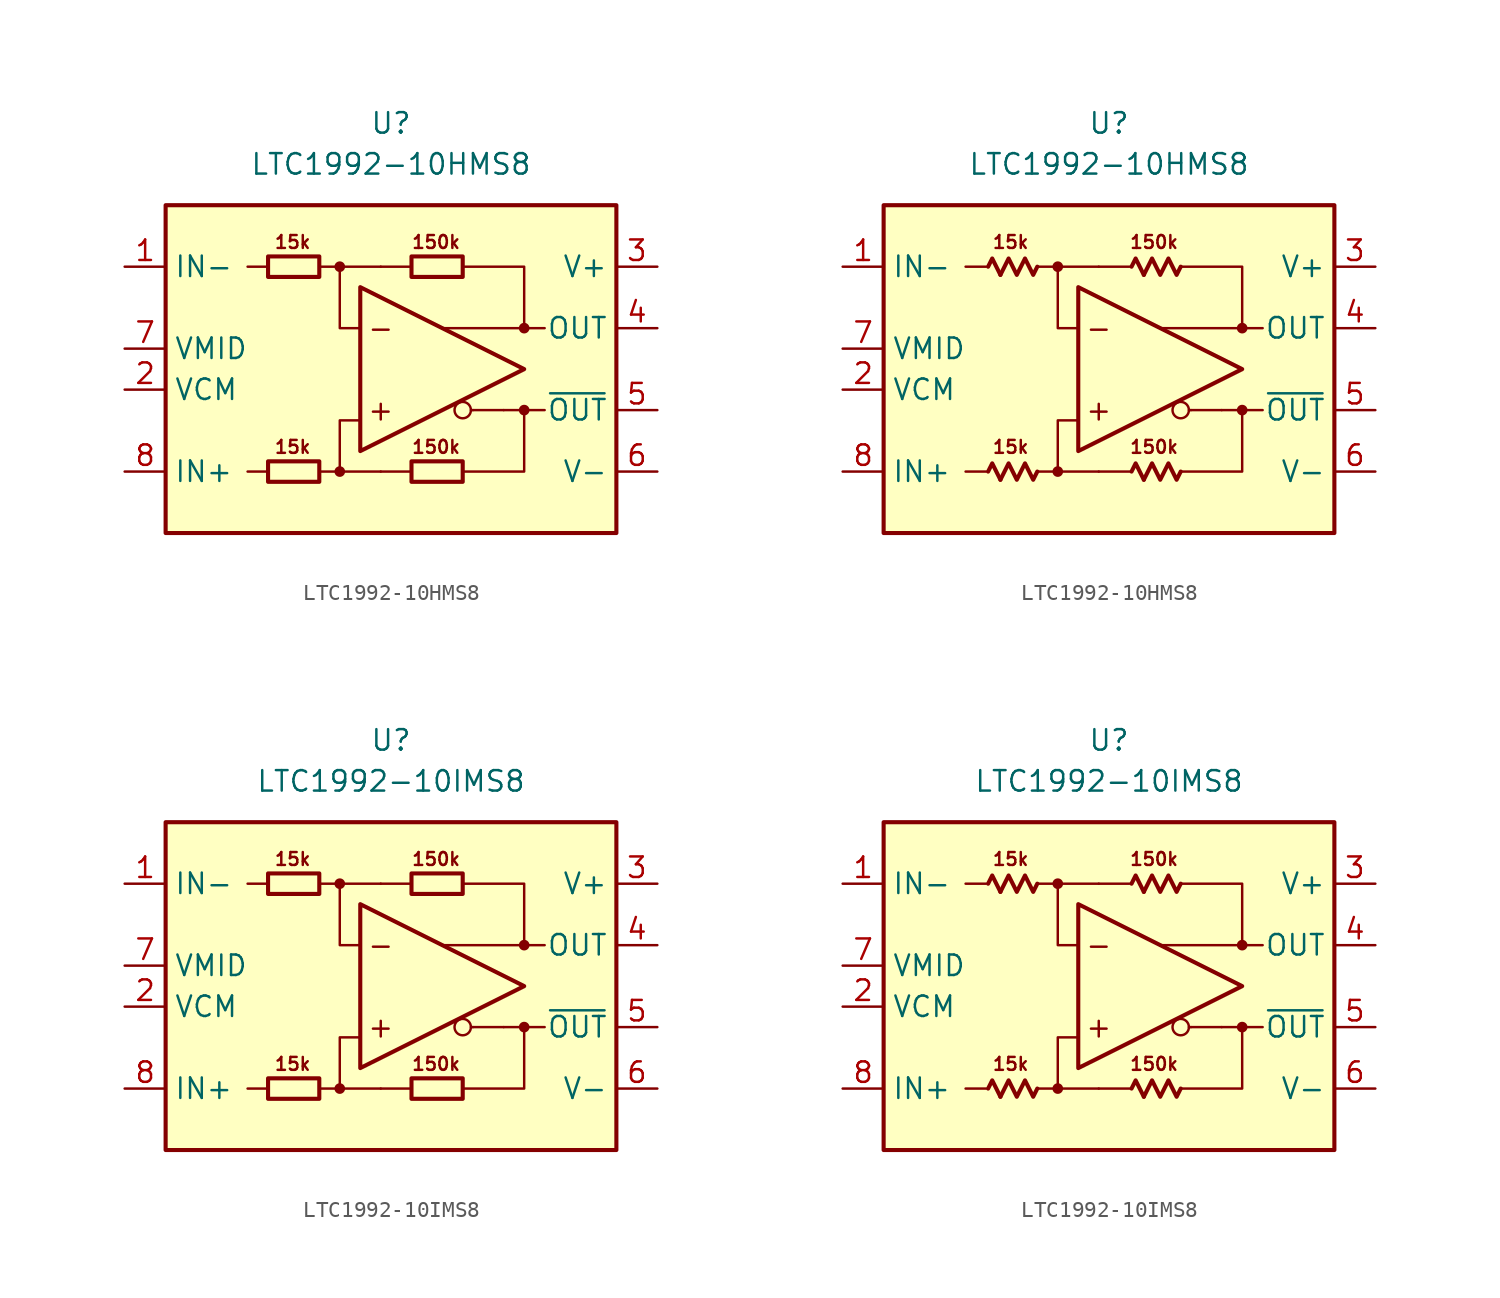
<source format=kicad_sym>
(kicad_symbol_lib
  (version 20231120)
  (generator "kicad_symbol_editor")
  (generator_version "8.0")
  (symbol "LTC1992-10HMS8"
    (property "Reference" "U"
      (at 0 15.24 0)
      (effects (font (size 1.27 1.27))))
    (property "Value" "LTC1992-10HMS8"
      (at 0 12.7 0)
      (effects (font (size 1.27 1.27))))
    (symbol "LTC1992-10HMS8_0_0"
      (rectangle (start -13.97 10.16) (end 13.97 -10.16) (stroke (width 0.254) (type default)) (fill (type background)))
      (circle (center -3.175 -6.35) (radius 0.254) (stroke (width 0.152) (type default)) (fill (type outline)))
      (circle (center -3.175 6.35) (radius 0.254) (stroke (width 0.152) (type default)) (fill (type outline)))
      (polyline (pts (xy -7.62 -6.35) (xy -8.89 -6.35)) (stroke (width 0.152) (type default)) (fill (type none)))
      (polyline (pts (xy -7.62 6.35) (xy -8.89 6.35)) (stroke (width 0.152) (type default)) (fill (type none)))
      (polyline (pts (xy -3.175 6.35) (xy -0.635 6.35)) (stroke (width 0.152) (type default)) (fill (type none)))
      (polyline (pts (xy -0.635 -6.35) (xy -3.175 -6.35)) (stroke (width 0.152) (type default)) (fill (type none)))
      (polyline (pts (xy 1.27 -6.35) (xy -0.635 -6.35)) (stroke (width 0.152) (type default)) (fill (type none)))
      (polyline (pts (xy 1.27 6.35) (xy -0.635 6.35)) (stroke (width 0.152) (type default)) (fill (type none)))
      (polyline (pts (xy 5.08 -2.54) (xy 4.953 -2.54)) (stroke (width 0.152) (type default)) (fill (type none)))
      (polyline (pts (xy 6.985 -2.54) (xy 5.08 -2.54)) (stroke (width 0.152) (type default)) (fill (type none)))
      (polyline (pts (xy 8.255 -2.54) (xy 9.525 -2.54)) (stroke (width 0.152) (type default)) (fill (type none)))
      (polyline (pts (xy 8.255 2.54) (xy 9.525 2.54)) (stroke (width 0.152) (type default)) (fill (type none)))
      (polyline (pts (xy -4.445 -6.35) (xy -3.175 -6.35) (xy -3.175 -3.175) (xy -1.905 -3.175)) (stroke (width 0.152) (type default)) (fill (type none)))
      (polyline (pts (xy -1.905 2.54) (xy -3.175 2.54) (xy -3.175 6.35) (xy -4.445 6.35)) (stroke (width 0.152) (type default)) (fill (type none)))
      (polyline (pts (xy 4.445 6.35) (xy 8.255 6.35) (xy 8.255 2.54) (xy 3.175 2.54)) (stroke (width 0.152) (type default)) (fill (type none)))
      (polyline (pts (xy 6.985 -2.54) (xy 8.255 -2.54) (xy 8.255 -6.35) (xy 4.445 -6.35)) (stroke (width 0.152) (type default)) (fill (type none)))
      (circle (center 4.445 -2.54) (radius 0.508) (stroke (width 0.152) (type default)) (fill (type none)))
      (circle (center 8.255 -2.54) (radius 0.254) (stroke (width 0.152) (type default)) (fill (type outline)))
      (circle (center 8.255 2.54) (radius 0.254) (stroke (width 0.152) (type default)) (fill (type outline)))
      (text "+" (at -0.635 -2.54 0) (effects (font (size 1.27 1.27))))
      (text "-" (at -0.635 2.54 0) (effects (font (size 1.27 1.27)))))
    (symbol "LTC1992-10HMS8_0_1"
      (rectangle (start -7.62 -5.715) (end -4.445 -6.985) (stroke (width 0.254) (type default)) (fill (type none)))
      (rectangle (start -7.62 6.985) (end -4.445 5.715) (stroke (width 0.254) (type default)) (fill (type none)))
      (rectangle (start 1.27 -5.715) (end 4.445 -6.985) (stroke (width 0.254) (type default)) (fill (type none)))
      (rectangle (start 1.27 6.985) (end 4.445 5.715) (stroke (width 0.254) (type default)) (fill (type none))))
    (symbol "LTC1992-10HMS8_0_2"
      (polyline (pts (xy -6.731 -6.858) (xy -7.239 -5.842) (xy -7.493 -6.35)) (stroke (width 0.254) (type default)) (fill (type none)))
      (polyline (pts (xy -6.731 5.842) (xy -7.239 6.858) (xy -7.493 6.35)) (stroke (width 0.254) (type default)) (fill (type none)))
      (polyline (pts (xy 2.159 -6.858) (xy 1.651 -5.842) (xy 1.397 -6.35)) (stroke (width 0.254) (type default)) (fill (type none)))
      (polyline (pts (xy 2.159 5.842) (xy 1.651 6.858) (xy 1.397 6.35)) (stroke (width 0.254) (type default)) (fill (type none)))
      (polyline (pts (xy -4.445 -6.35) (xy -4.699 -6.858) (xy -5.207 -5.842) (xy -5.715 -6.858) (xy -6.223 -5.842) (xy -6.731 -6.858)) (stroke (width 0.254) (type default)) (fill (type none)))
      (polyline (pts (xy -4.445 6.35) (xy -4.699 5.842) (xy -5.207 6.858) (xy -5.715 5.842) (xy -6.223 6.858) (xy -6.731 5.842)) (stroke (width 0.254) (type default)) (fill (type none)))
      (polyline (pts (xy 4.445 -6.35) (xy 4.191 -6.858) (xy 3.683 -5.842) (xy 3.175 -6.858) (xy 2.667 -5.842) (xy 2.159 -6.858)) (stroke (width 0.254) (type default)) (fill (type none)))
      (polyline (pts (xy 4.445 6.35) (xy 4.191 5.842) (xy 3.683 6.858) (xy 3.175 5.842) (xy 2.667 6.858) (xy 2.159 5.842)) (stroke (width 0.254) (type default)) (fill (type none))))
    (symbol "LTC1992-10HMS8_1_0"
      (polyline (pts (xy -1.905 5.08) (xy -1.905 -5.08) (xy 8.255 0) (xy -1.905 5.08)) (stroke (width 0.254) (type default)) (fill (type none)))
      (text "150k" (at 2.794 -4.826 0) (effects (font (size 0.8 0.8))))
      (text "150k" (at 2.794 7.874 0) (effects (font (size 0.8 0.8))))
      (text "15k" (at -6.096 -4.826 0) (effects (font (size 0.8 0.8))))
      (text "15k" (at -6.096 7.874 0) (effects (font (size 0.8 0.8)))))
    (symbol "LTC1992-10HMS8_1_1"
      (pin input line (at -16.51 6.35 0) (length 2.54) (name "IN-" (effects (font (size 1.27 1.27)))) (number "1" (effects (font (size 1.27 1.27)))))
      (pin input line (at -16.51 -1.27 0) (length 2.54) (name "VCM" (effects (font (size 1.27 1.27)))) (number "2" (effects (font (size 1.27 1.27)))))
      (pin power_in line (at 16.51 6.35 180) (length 2.54) (name "V+" (effects (font (size 1.27 1.27)))) (number "3" (effects (font (size 1.27 1.27)))))
      (pin output line (at 16.51 2.54 180) (length 2.54) (name "OUT" (effects (font (size 1.27 1.27)))) (number "4" (effects (font (size 1.27 1.27)))))
      (pin output line (at 16.51 -2.54 180) (length 2.54) (name "~{OUT}" (effects (font (size 1.27 1.27)))) (number "5" (effects (font (size 1.27 1.27)))))
      (pin power_in line (at 16.51 -6.35 180) (length 2.54) (name "V-" (effects (font (size 1.27 1.27)))) (number "6" (effects (font (size 1.27 1.27)))))
      (pin output line (at -16.51 1.27 0) (length 2.54) (name "VMID" (effects (font (size 1.27 1.27)))) (number "7" (effects (font (size 1.27 1.27)))))
      (pin input line (at -16.51 -6.35 0) (length 2.54) (name "IN+" (effects (font (size 1.27 1.27)))) (number "8" (effects (font (size 1.27 1.27))))))
    (symbol "LTC1992-10HMS8_1_2"
      (pin input line (at -16.51 6.35 0) (length 2.54) (name "IN-" (effects (font (size 1.27 1.27)))) (number "1" (effects (font (size 1.27 1.27)))))
      (pin input line (at -16.51 -1.27 0) (length 2.54) (name "VCM" (effects (font (size 1.27 1.27)))) (number "2" (effects (font (size 1.27 1.27)))))
      (pin power_in line (at 16.51 6.35 180) (length 2.54) (name "V+" (effects (font (size 1.27 1.27)))) (number "3" (effects (font (size 1.27 1.27)))))
      (pin output line (at 16.51 2.54 180) (length 2.54) (name "OUT" (effects (font (size 1.27 1.27)))) (number "4" (effects (font (size 1.27 1.27)))))
      (pin output line (at 16.51 -2.54 180) (length 2.54) (name "~{OUT}" (effects (font (size 1.27 1.27)))) (number "5" (effects (font (size 1.27 1.27)))))
      (pin power_in line (at 16.51 -6.35 180) (length 2.54) (name "V-" (effects (font (size 1.27 1.27)))) (number "6" (effects (font (size 1.27 1.27)))))
      (pin output line (at -16.51 1.27 0) (length 2.54) (name "VMID" (effects (font (size 1.27 1.27)))) (number "7" (effects (font (size 1.27 1.27)))))
      (pin input line (at -16.51 -6.35 0) (length 2.54) (name "IN+" (effects (font (size 1.27 1.27)))) (number "8" (effects (font (size 1.27 1.27)))))))
  (symbol "LTC1992-10IMS8"
    (property "Reference" "U"
      (at 0 15.24 0)
      (effects (font (size 1.27 1.27))))
    (property "Value" "LTC1992-10IMS8"
      (at 0 12.7 0)
      (effects (font (size 1.27 1.27))))
    (symbol "LTC1992-10IMS8_0_0"
      (rectangle (start -13.97 10.16) (end 13.97 -10.16) (stroke (width 0.254) (type default)) (fill (type background)))
      (circle (center -3.175 -6.35) (radius 0.254) (stroke (width 0.152) (type default)) (fill (type outline)))
      (circle (center -3.175 6.35) (radius 0.254) (stroke (width 0.152) (type default)) (fill (type outline)))
      (polyline (pts (xy -7.62 -6.35) (xy -8.89 -6.35)) (stroke (width 0.152) (type default)) (fill (type none)))
      (polyline (pts (xy -7.62 6.35) (xy -8.89 6.35)) (stroke (width 0.152) (type default)) (fill (type none)))
      (polyline (pts (xy -3.175 6.35) (xy -0.635 6.35)) (stroke (width 0.152) (type default)) (fill (type none)))
      (polyline (pts (xy -0.635 -6.35) (xy -3.175 -6.35)) (stroke (width 0.152) (type default)) (fill (type none)))
      (polyline (pts (xy 1.27 -6.35) (xy -0.635 -6.35)) (stroke (width 0.152) (type default)) (fill (type none)))
      (polyline (pts (xy 1.27 6.35) (xy -0.635 6.35)) (stroke (width 0.152) (type default)) (fill (type none)))
      (polyline (pts (xy 5.08 -2.54) (xy 4.953 -2.54)) (stroke (width 0.152) (type default)) (fill (type none)))
      (polyline (pts (xy 6.985 -2.54) (xy 5.08 -2.54)) (stroke (width 0.152) (type default)) (fill (type none)))
      (polyline (pts (xy 8.255 -2.54) (xy 9.525 -2.54)) (stroke (width 0.152) (type default)) (fill (type none)))
      (polyline (pts (xy 8.255 2.54) (xy 9.525 2.54)) (stroke (width 0.152) (type default)) (fill (type none)))
      (polyline (pts (xy -4.445 -6.35) (xy -3.175 -6.35) (xy -3.175 -3.175) (xy -1.905 -3.175)) (stroke (width 0.152) (type default)) (fill (type none)))
      (polyline (pts (xy -1.905 2.54) (xy -3.175 2.54) (xy -3.175 6.35) (xy -4.445 6.35)) (stroke (width 0.152) (type default)) (fill (type none)))
      (polyline (pts (xy 4.445 6.35) (xy 8.255 6.35) (xy 8.255 2.54) (xy 3.175 2.54)) (stroke (width 0.152) (type default)) (fill (type none)))
      (polyline (pts (xy 6.985 -2.54) (xy 8.255 -2.54) (xy 8.255 -6.35) (xy 4.445 -6.35)) (stroke (width 0.152) (type default)) (fill (type none)))
      (circle (center 4.445 -2.54) (radius 0.508) (stroke (width 0.152) (type default)) (fill (type none)))
      (circle (center 8.255 -2.54) (radius 0.254) (stroke (width 0.152) (type default)) (fill (type outline)))
      (circle (center 8.255 2.54) (radius 0.254) (stroke (width 0.152) (type default)) (fill (type outline)))
      (text "+" (at -0.635 -2.54 0) (effects (font (size 1.27 1.27))))
      (text "-" (at -0.635 2.54 0) (effects (font (size 1.27 1.27)))))
    (symbol "LTC1992-10IMS8_0_1"
      (rectangle (start -7.62 -5.715) (end -4.445 -6.985) (stroke (width 0.254) (type default)) (fill (type none)))
      (rectangle (start -7.62 6.985) (end -4.445 5.715) (stroke (width 0.254) (type default)) (fill (type none)))
      (rectangle (start 1.27 -5.715) (end 4.445 -6.985) (stroke (width 0.254) (type default)) (fill (type none)))
      (rectangle (start 1.27 6.985) (end 4.445 5.715) (stroke (width 0.254) (type default)) (fill (type none))))
    (symbol "LTC1992-10IMS8_0_2"
      (polyline (pts (xy -6.731 -6.858) (xy -7.239 -5.842) (xy -7.493 -6.35)) (stroke (width 0.254) (type default)) (fill (type none)))
      (polyline (pts (xy -6.731 5.842) (xy -7.239 6.858) (xy -7.493 6.35)) (stroke (width 0.254) (type default)) (fill (type none)))
      (polyline (pts (xy 2.159 -6.858) (xy 1.651 -5.842) (xy 1.397 -6.35)) (stroke (width 0.254) (type default)) (fill (type none)))
      (polyline (pts (xy 2.159 5.842) (xy 1.651 6.858) (xy 1.397 6.35)) (stroke (width 0.254) (type default)) (fill (type none)))
      (polyline (pts (xy -4.445 -6.35) (xy -4.699 -6.858) (xy -5.207 -5.842) (xy -5.715 -6.858) (xy -6.223 -5.842) (xy -6.731 -6.858)) (stroke (width 0.254) (type default)) (fill (type none)))
      (polyline (pts (xy -4.445 6.35) (xy -4.699 5.842) (xy -5.207 6.858) (xy -5.715 5.842) (xy -6.223 6.858) (xy -6.731 5.842)) (stroke (width 0.254) (type default)) (fill (type none)))
      (polyline (pts (xy 4.445 -6.35) (xy 4.191 -6.858) (xy 3.683 -5.842) (xy 3.175 -6.858) (xy 2.667 -5.842) (xy 2.159 -6.858)) (stroke (width 0.254) (type default)) (fill (type none)))
      (polyline (pts (xy 4.445 6.35) (xy 4.191 5.842) (xy 3.683 6.858) (xy 3.175 5.842) (xy 2.667 6.858) (xy 2.159 5.842)) (stroke (width 0.254) (type default)) (fill (type none))))
    (symbol "LTC1992-10IMS8_1_0"
      (polyline (pts (xy -1.905 5.08) (xy -1.905 -5.08) (xy 8.255 0) (xy -1.905 5.08)) (stroke (width 0.254) (type default)) (fill (type none)))
      (text "150k" (at 2.794 -4.826 0) (effects (font (size 0.8 0.8))))
      (text "150k" (at 2.794 7.874 0) (effects (font (size 0.8 0.8))))
      (text "15k" (at -6.096 -4.826 0) (effects (font (size 0.8 0.8))))
      (text "15k" (at -6.096 7.874 0) (effects (font (size 0.8 0.8)))))
    (symbol "LTC1992-10IMS8_1_1"
      (pin input line (at -16.51 6.35 0) (length 2.54) (name "IN-" (effects (font (size 1.27 1.27)))) (number "1" (effects (font (size 1.27 1.27)))))
      (pin input line (at -16.51 -1.27 0) (length 2.54) (name "VCM" (effects (font (size 1.27 1.27)))) (number "2" (effects (font (size 1.27 1.27)))))
      (pin power_in line (at 16.51 6.35 180) (length 2.54) (name "V+" (effects (font (size 1.27 1.27)))) (number "3" (effects (font (size 1.27 1.27)))))
      (pin output line (at 16.51 2.54 180) (length 2.54) (name "OUT" (effects (font (size 1.27 1.27)))) (number "4" (effects (font (size 1.27 1.27)))))
      (pin output line (at 16.51 -2.54 180) (length 2.54) (name "~{OUT}" (effects (font (size 1.27 1.27)))) (number "5" (effects (font (size 1.27 1.27)))))
      (pin power_in line (at 16.51 -6.35 180) (length 2.54) (name "V-" (effects (font (size 1.27 1.27)))) (number "6" (effects (font (size 1.27 1.27)))))
      (pin output line (at -16.51 1.27 0) (length 2.54) (name "VMID" (effects (font (size 1.27 1.27)))) (number "7" (effects (font (size 1.27 1.27)))))
      (pin input line (at -16.51 -6.35 0) (length 2.54) (name "IN+" (effects (font (size 1.27 1.27)))) (number "8" (effects (font (size 1.27 1.27))))))
    (symbol "LTC1992-10IMS8_1_2"
      (pin input line (at -16.51 6.35 0) (length 2.54) (name "IN-" (effects (font (size 1.27 1.27)))) (number "1" (effects (font (size 1.27 1.27)))))
      (pin input line (at -16.51 -1.27 0) (length 2.54) (name "VCM" (effects (font (size 1.27 1.27)))) (number "2" (effects (font (size 1.27 1.27)))))
      (pin power_in line (at 16.51 6.35 180) (length 2.54) (name "V+" (effects (font (size 1.27 1.27)))) (number "3" (effects (font (size 1.27 1.27)))))
      (pin output line (at 16.51 2.54 180) (length 2.54) (name "OUT" (effects (font (size 1.27 1.27)))) (number "4" (effects (font (size 1.27 1.27)))))
      (pin output line (at 16.51 -2.54 180) (length 2.54) (name "~{OUT}" (effects (font (size 1.27 1.27)))) (number "5" (effects (font (size 1.27 1.27)))))
      (pin power_in line (at 16.51 -6.35 180) (length 2.54) (name "V-" (effects (font (size 1.27 1.27)))) (number "6" (effects (font (size 1.27 1.27)))))
      (pin output line (at -16.51 1.27 0) (length 2.54) (name "VMID" (effects (font (size 1.27 1.27)))) (number "7" (effects (font (size 1.27 1.27)))))
      (pin input line (at -16.51 -6.35 0) (length 2.54) (name "IN+" (effects (font (size 1.27 1.27)))) (number "8" (effects (font (size 1.27 1.27))))))))
</source>
